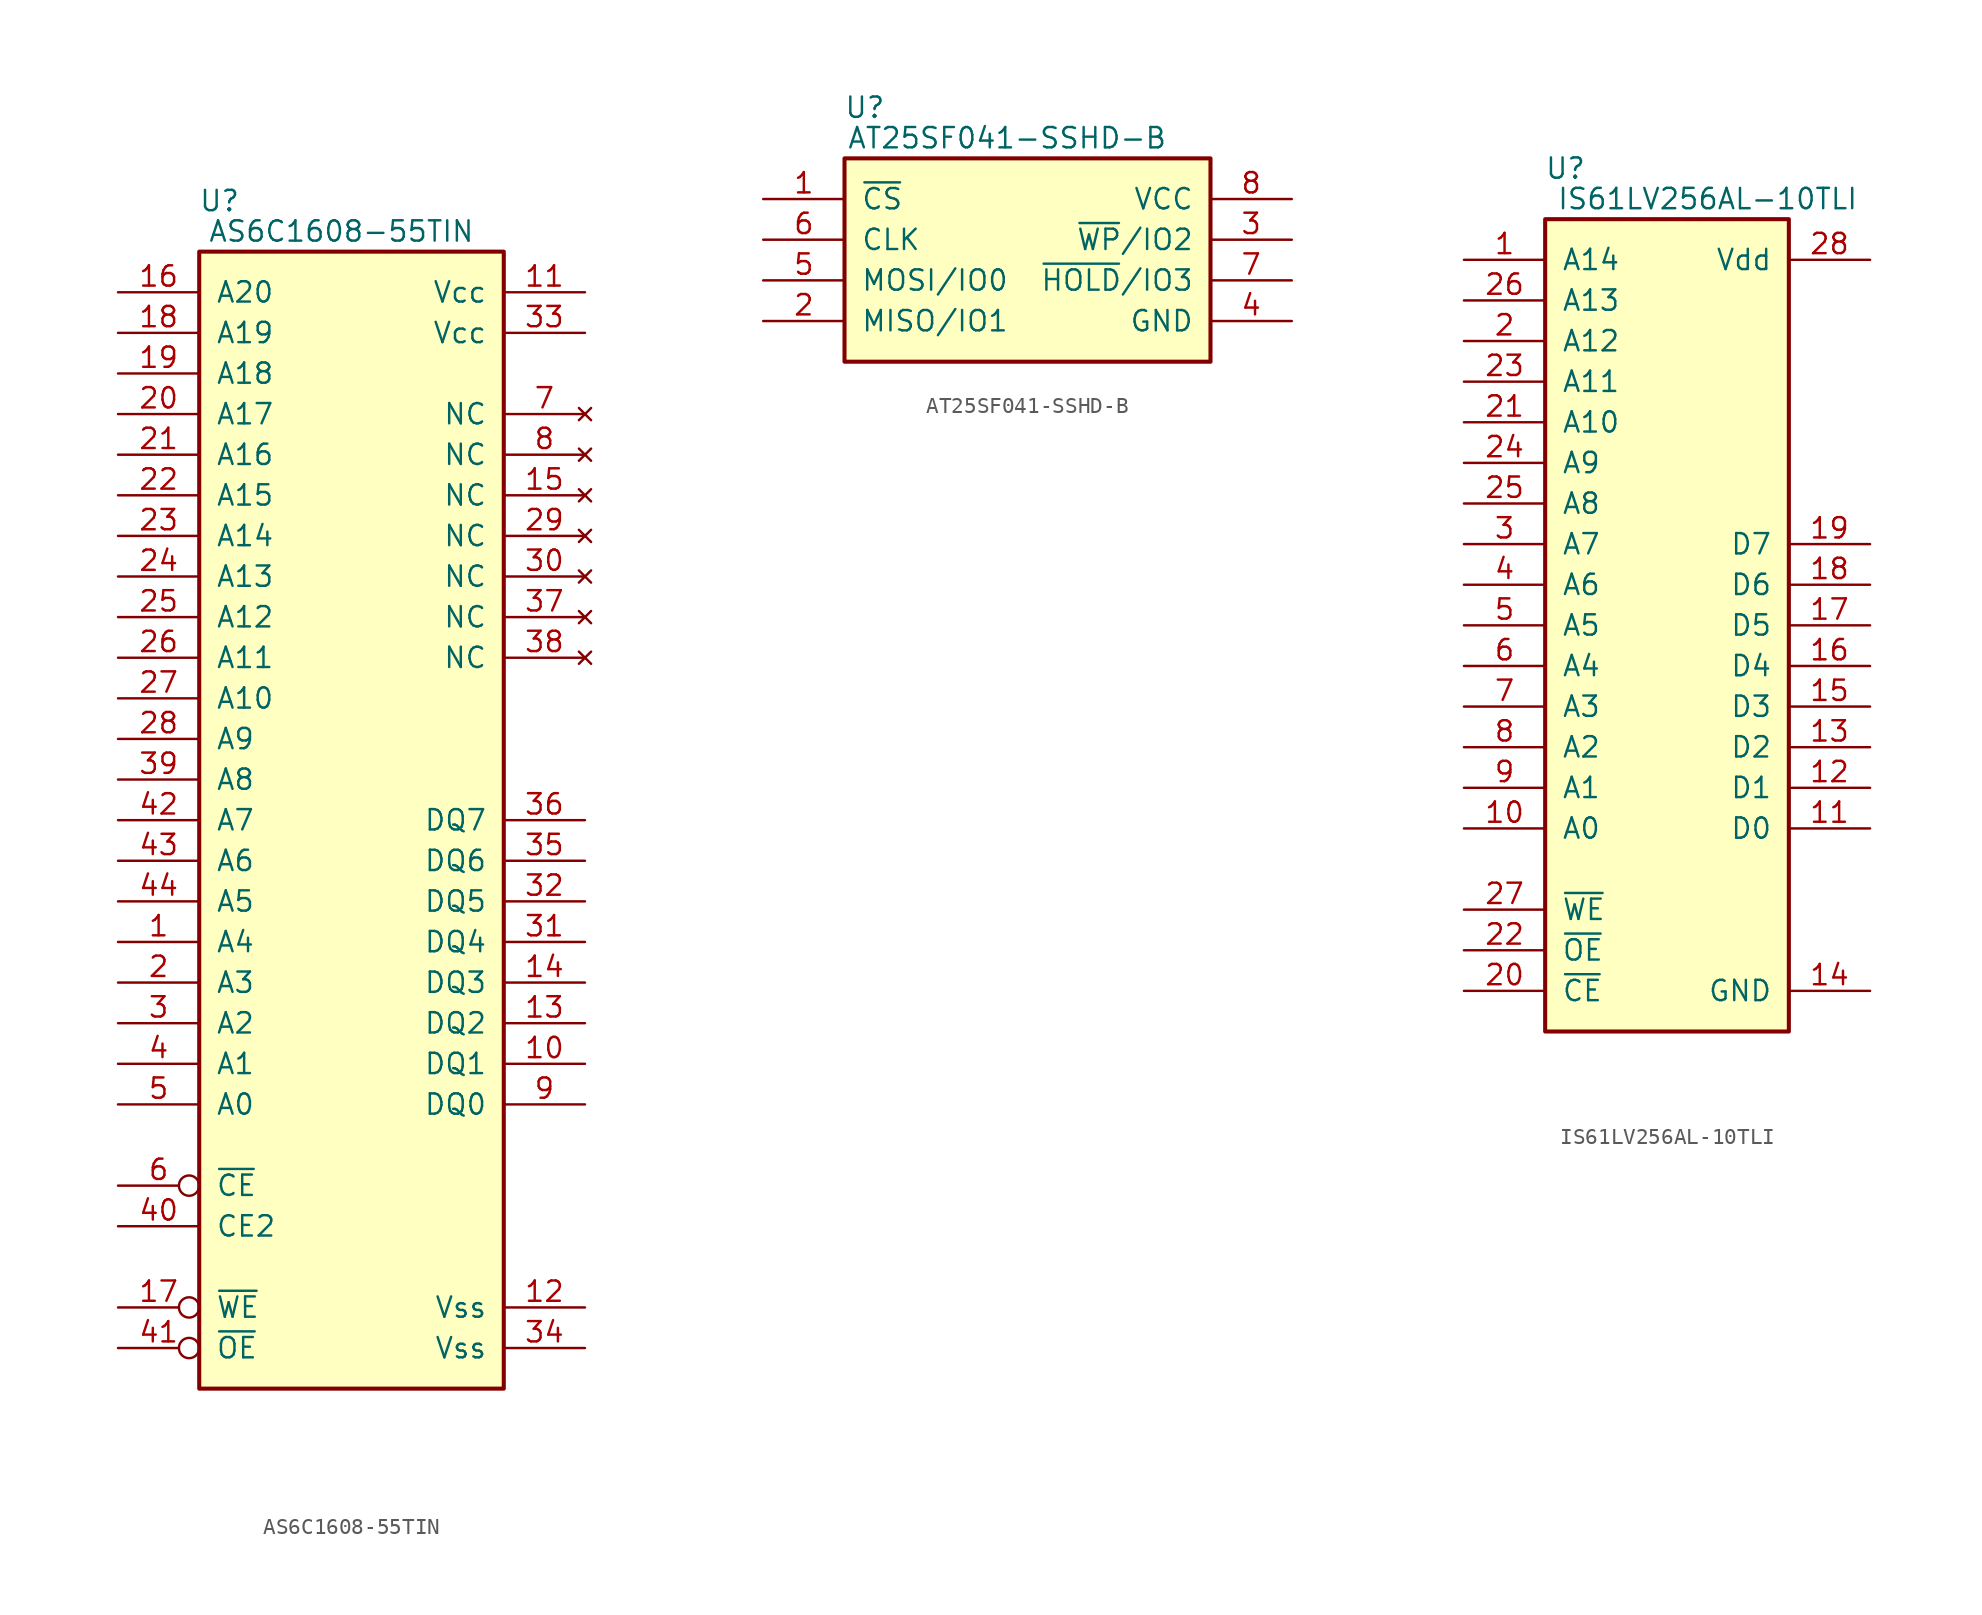
<source format=kicad_sym>
(kicad_symbol_lib
  (version 20211014)
  (generator kicad_symbol_editor)
  (symbol "AS6C1608-55TIN"
    (pin_names
      (offset 1.016))
    (property "Reference" "U"
      (at 1.27 3.175 0)
      (effects (font (size 1.27 1.27))))
    (property "Value" "AS6C1608-55TIN"
      (at 8.89 1.27 0)
      (effects (font (size 1.27 1.27))))
    (symbol "AS6C1608-55TIN_0_0"
      (pin power_in line (at 24.13 -2.54 180) (length 5.08) (name "Vcc" (effects (font (size 1.27 1.27)))) (number "11" (effects (font (size 1.27 1.27))))))
    (symbol "AS6C1608-55TIN_0_1"
      (rectangle (start 19.05 -71.12) (end 0 0) (stroke (width 0.254) (type default) (color 0 0 0 0)) (fill (type background))))
    (symbol "AS6C1608-55TIN_1_0"
      (pin power_in line (at 24.13 -66.04 180) (length 5.08) (name "Vss" (effects (font (size 1.27 1.27)))) (number "12" (effects (font (size 1.27 1.27)))))
      (pin power_in line (at 24.13 -68.58 180) (length 5.08) (name "Vss" (effects (font (size 1.27 1.27)))) (number "34" (effects (font (size 1.27 1.27))))))
    (symbol "AS6C1608-55TIN_1_1"
      (pin input line (at -5.08 -43.18 0) (length 5.08) (name "A4" (effects (font (size 1.27 1.27)))) (number "1" (effects (font (size 1.27 1.27)))))
      (pin tri_state line (at 24.13 -50.8 180) (length 5.08) (name "DQ1" (effects (font (size 1.27 1.27)))) (number "10" (effects (font (size 1.27 1.27)))))
      (pin tri_state line (at 24.13 -48.26 180) (length 5.08) (name "DQ2" (effects (font (size 1.27 1.27)))) (number "13" (effects (font (size 1.27 1.27)))))
      (pin tri_state line (at 24.13 -45.72 180) (length 5.08) (name "DQ3" (effects (font (size 1.27 1.27)))) (number "14" (effects (font (size 1.27 1.27)))))
      (pin no_connect line (at 24.13 -15.24 180) (length 5.08) (name "NC" (effects (font (size 1.27 1.27)))) (number "15" (effects (font (size 1.27 1.27)))))
      (pin input line (at -5.08 -2.54 0) (length 5.08) (name "A20" (effects (font (size 1.27 1.27)))) (number "16" (effects (font (size 1.27 1.27)))))
      (pin input inverted (at -5.08 -66.04 0) (length 5.08) (name "~{WE}" (effects (font (size 1.27 1.27)))) (number "17" (effects (font (size 1.27 1.27)))))
      (pin input line (at -5.08 -5.08 0) (length 5.08) (name "A19" (effects (font (size 1.27 1.27)))) (number "18" (effects (font (size 1.27 1.27)))))
      (pin input line (at -5.08 -7.62 0) (length 5.08) (name "A18" (effects (font (size 1.27 1.27)))) (number "19" (effects (font (size 1.27 1.27)))))
      (pin input line (at -5.08 -45.72 0) (length 5.08) (name "A3" (effects (font (size 1.27 1.27)))) (number "2" (effects (font (size 1.27 1.27)))))
      (pin input line (at -5.08 -10.16 0) (length 5.08) (name "A17" (effects (font (size 1.27 1.27)))) (number "20" (effects (font (size 1.27 1.27)))))
      (pin input line (at -5.08 -12.7 0) (length 5.08) (name "A16" (effects (font (size 1.27 1.27)))) (number "21" (effects (font (size 1.27 1.27)))))
      (pin input line (at -5.08 -15.24 0) (length 5.08) (name "A15" (effects (font (size 1.27 1.27)))) (number "22" (effects (font (size 1.27 1.27)))))
      (pin input line (at -5.08 -17.78 0) (length 5.08) (name "A14" (effects (font (size 1.27 1.27)))) (number "23" (effects (font (size 1.27 1.27)))))
      (pin input line (at -5.08 -20.32 0) (length 5.08) (name "A13" (effects (font (size 1.27 1.27)))) (number "24" (effects (font (size 1.27 1.27)))))
      (pin input line (at -5.08 -22.86 0) (length 5.08) (name "A12" (effects (font (size 1.27 1.27)))) (number "25" (effects (font (size 1.27 1.27)))))
      (pin input line (at -5.08 -25.4 0) (length 5.08) (name "A11" (effects (font (size 1.27 1.27)))) (number "26" (effects (font (size 1.27 1.27)))))
      (pin input line (at -5.08 -27.94 0) (length 5.08) (name "A10" (effects (font (size 1.27 1.27)))) (number "27" (effects (font (size 1.27 1.27)))))
      (pin input line (at -5.08 -30.48 0) (length 5.08) (name "A9" (effects (font (size 1.27 1.27)))) (number "28" (effects (font (size 1.27 1.27)))))
      (pin no_connect line (at 24.13 -17.78 180) (length 5.08) (name "NC" (effects (font (size 1.27 1.27)))) (number "29" (effects (font (size 1.27 1.27)))))
      (pin input line (at -5.08 -48.26 0) (length 5.08) (name "A2" (effects (font (size 1.27 1.27)))) (number "3" (effects (font (size 1.27 1.27)))))
      (pin no_connect line (at 24.13 -20.32 180) (length 5.08) (name "NC" (effects (font (size 1.27 1.27)))) (number "30" (effects (font (size 1.27 1.27)))))
      (pin tri_state line (at 24.13 -43.18 180) (length 5.08) (name "DQ4" (effects (font (size 1.27 1.27)))) (number "31" (effects (font (size 1.27 1.27)))))
      (pin tri_state line (at 24.13 -40.64 180) (length 5.08) (name "DQ5" (effects (font (size 1.27 1.27)))) (number "32" (effects (font (size 1.27 1.27)))))
      (pin power_in line (at 24.13 -5.08 180) (length 5.08) (name "Vcc" (effects (font (size 1.27 1.27)))) (number "33" (effects (font (size 1.27 1.27)))))
      (pin tri_state line (at 24.13 -38.1 180) (length 5.08) (name "DQ6" (effects (font (size 1.27 1.27)))) (number "35" (effects (font (size 1.27 1.27)))))
      (pin tri_state line (at 24.13 -35.56 180) (length 5.08) (name "DQ7" (effects (font (size 1.27 1.27)))) (number "36" (effects (font (size 1.27 1.27)))))
      (pin no_connect line (at 24.13 -22.86 180) (length 5.08) (name "NC" (effects (font (size 1.27 1.27)))) (number "37" (effects (font (size 1.27 1.27)))))
      (pin no_connect line (at 24.13 -25.4 180) (length 5.08) (name "NC" (effects (font (size 1.27 1.27)))) (number "38" (effects (font (size 1.27 1.27)))))
      (pin input line (at -5.08 -33.02 0) (length 5.08) (name "A8" (effects (font (size 1.27 1.27)))) (number "39" (effects (font (size 1.27 1.27)))))
      (pin input line (at -5.08 -50.8 0) (length 5.08) (name "A1" (effects (font (size 1.27 1.27)))) (number "4" (effects (font (size 1.27 1.27)))))
      (pin input line (at -5.08 -60.96 0) (length 5.08) (name "CE2" (effects (font (size 1.27 1.27)))) (number "40" (effects (font (size 1.27 1.27)))))
      (pin input inverted (at -5.08 -68.58 0) (length 5.08) (name "~{OE}" (effects (font (size 1.27 1.27)))) (number "41" (effects (font (size 1.27 1.27)))))
      (pin input line (at -5.08 -35.56 0) (length 5.08) (name "A7" (effects (font (size 1.27 1.27)))) (number "42" (effects (font (size 1.27 1.27)))))
      (pin input line (at -5.08 -38.1 0) (length 5.08) (name "A6" (effects (font (size 1.27 1.27)))) (number "43" (effects (font (size 1.27 1.27)))))
      (pin input line (at -5.08 -40.64 0) (length 5.08) (name "A5" (effects (font (size 1.27 1.27)))) (number "44" (effects (font (size 1.27 1.27)))))
      (pin input line (at -5.08 -53.34 0) (length 5.08) (name "A0" (effects (font (size 1.27 1.27)))) (number "5" (effects (font (size 1.27 1.27)))))
      (pin input inverted (at -5.08 -58.42 0) (length 5.08) (name "~{CE}" (effects (font (size 1.27 1.27)))) (number "6" (effects (font (size 1.27 1.27)))))
      (pin no_connect line (at 24.13 -10.16 180) (length 5.08) (name "NC" (effects (font (size 1.27 1.27)))) (number "7" (effects (font (size 1.27 1.27)))))
      (pin no_connect line (at 24.13 -12.7 180) (length 5.08) (name "NC" (effects (font (size 1.27 1.27)))) (number "8" (effects (font (size 1.27 1.27)))))
      (pin tri_state line (at 24.13 -53.34 180) (length 5.08) (name "DQ0" (effects (font (size 1.27 1.27)))) (number "9" (effects (font (size 1.27 1.27)))))))
  (symbol "AT25SF041-SSHD-B"
    (pin_names
      (offset 1.016))
    (property "Reference" "U"
      (at 1.27 3.175 0)
      (effects (font (size 1.27 1.27))))
    (property "Value" "AT25SF041-SSHD-B"
      (at 10.16 1.27 0)
      (effects (font (size 1.27 1.27))))
    (symbol "AT25SF041-SSHD-B_0_0"
      (pin passive line (at 27.94 -2.54 180) (length 5.08) (name "VCC" (effects (font (size 1.27 1.27)))) (number "8" (effects (font (size 1.27 1.27))))))
    (symbol "AT25SF041-SSHD-B_0_1"
      (rectangle (start 0 0) (end 22.86 -12.7) (stroke (width 0.254) (type default) (color 0 0 0 0)) (fill (type background))))
    (symbol "AT25SF041-SSHD-B_1_0"
      (pin power_in line (at 27.94 -10.16 180) (length 5.08) (name "GND" (effects (font (size 1.27 1.27)))) (number "4" (effects (font (size 1.27 1.27))))))
    (symbol "AT25SF041-SSHD-B_1_1"
      (pin input line (at -5.08 -2.54 0) (length 5.08) (name "~{CS}" (effects (font (size 1.27 1.27)))) (number "1" (effects (font (size 1.27 1.27)))))
      (pin input line (at -5.08 -10.16 0) (length 5.08) (name "MISO/IO1" (effects (font (size 1.27 1.27)))) (number "2" (effects (font (size 1.27 1.27)))))
      (pin input line (at 27.94 -5.08 180) (length 5.08) (name "~{WP}/IO2" (effects (font (size 1.27 1.27)))) (number "3" (effects (font (size 1.27 1.27)))))
      (pin input line (at -5.08 -7.62 0) (length 5.08) (name "MOSI/IO0" (effects (font (size 1.27 1.27)))) (number "5" (effects (font (size 1.27 1.27)))))
      (pin input line (at -5.08 -5.08 0) (length 5.08) (name "CLK" (effects (font (size 1.27 1.27)))) (number "6" (effects (font (size 1.27 1.27)))))
      (pin passive line (at 27.94 -7.62 180) (length 5.08) (name "~{HOLD}/IO3" (effects (font (size 1.27 1.27)))) (number "7" (effects (font (size 1.27 1.27)))))))
  (symbol "IS61LV256AL-10TLI"
    (pin_names
      (offset 1.016))
    (property "Reference" "U"
      (at 1.27 3.175 0)
      (effects (font (size 1.27 1.27))))
    (property "Value" "IS61LV256AL-10TLI"
      (at 10.16 1.27 0)
      (effects (font (size 1.27 1.27))))
    (symbol "IS61LV256AL-10TLI_0_0"
      (pin power_in line (at 20.32 -2.54 180) (length 5.08) (name "Vdd" (effects (font (size 1.27 1.27)))) (number "28" (effects (font (size 1.27 1.27))))))
    (symbol "IS61LV256AL-10TLI_0_1"
      (rectangle (start 0 0) (end 15.24 -50.8) (stroke (width 0.254) (type default) (color 0 0 0 0)) (fill (type background))))
    (symbol "IS61LV256AL-10TLI_1_0"
      (pin power_in line (at 20.32 -48.26 180) (length 5.08) (name "GND" (effects (font (size 1.27 1.27)))) (number "14" (effects (font (size 1.27 1.27))))))
    (symbol "IS61LV256AL-10TLI_1_1"
      (pin input line (at -5.08 -2.54 0) (length 5.08) (name "A14" (effects (font (size 1.27 1.27)))) (number "1" (effects (font (size 1.27 1.27)))))
      (pin input line (at -5.08 -38.1 0) (length 5.08) (name "A0" (effects (font (size 1.27 1.27)))) (number "10" (effects (font (size 1.27 1.27)))))
      (pin tri_state line (at 20.32 -38.1 180) (length 5.08) (name "D0" (effects (font (size 1.27 1.27)))) (number "11" (effects (font (size 1.27 1.27)))))
      (pin tri_state line (at 20.32 -35.56 180) (length 5.08) (name "D1" (effects (font (size 1.27 1.27)))) (number "12" (effects (font (size 1.27 1.27)))))
      (pin tri_state line (at 20.32 -33.02 180) (length 5.08) (name "D2" (effects (font (size 1.27 1.27)))) (number "13" (effects (font (size 1.27 1.27)))))
      (pin tri_state line (at 20.32 -30.48 180) (length 5.08) (name "D3" (effects (font (size 1.27 1.27)))) (number "15" (effects (font (size 1.27 1.27)))))
      (pin tri_state line (at 20.32 -27.94 180) (length 5.08) (name "D4" (effects (font (size 1.27 1.27)))) (number "16" (effects (font (size 1.27 1.27)))))
      (pin tri_state line (at 20.32 -25.4 180) (length 5.08) (name "D5" (effects (font (size 1.27 1.27)))) (number "17" (effects (font (size 1.27 1.27)))))
      (pin tri_state line (at 20.32 -22.86 180) (length 5.08) (name "D6" (effects (font (size 1.27 1.27)))) (number "18" (effects (font (size 1.27 1.27)))))
      (pin tri_state line (at 20.32 -20.32 180) (length 5.08) (name "D7" (effects (font (size 1.27 1.27)))) (number "19" (effects (font (size 1.27 1.27)))))
      (pin input line (at -5.08 -7.62 0) (length 5.08) (name "A12" (effects (font (size 1.27 1.27)))) (number "2" (effects (font (size 1.27 1.27)))))
      (pin input line (at -5.08 -48.26 0) (length 5.08) (name "~{CE}" (effects (font (size 1.27 1.27)))) (number "20" (effects (font (size 1.27 1.27)))))
      (pin input line (at -5.08 -12.7 0) (length 5.08) (name "A10" (effects (font (size 1.27 1.27)))) (number "21" (effects (font (size 1.27 1.27)))))
      (pin input line (at -5.08 -45.72 0) (length 5.08) (name "~{OE}" (effects (font (size 1.27 1.27)))) (number "22" (effects (font (size 1.27 1.27)))))
      (pin input line (at -5.08 -10.16 0) (length 5.08) (name "A11" (effects (font (size 1.27 1.27)))) (number "23" (effects (font (size 1.27 1.27)))))
      (pin input line (at -5.08 -15.24 0) (length 5.08) (name "A9" (effects (font (size 1.27 1.27)))) (number "24" (effects (font (size 1.27 1.27)))))
      (pin input line (at -5.08 -17.78 0) (length 5.08) (name "A8" (effects (font (size 1.27 1.27)))) (number "25" (effects (font (size 1.27 1.27)))))
      (pin input line (at -5.08 -5.08 0) (length 5.08) (name "A13" (effects (font (size 1.27 1.27)))) (number "26" (effects (font (size 1.27 1.27)))))
      (pin input line (at -5.08 -43.18 0) (length 5.08) (name "~{WE}" (effects (font (size 1.27 1.27)))) (number "27" (effects (font (size 1.27 1.27)))))
      (pin input line (at -5.08 -20.32 0) (length 5.08) (name "A7" (effects (font (size 1.27 1.27)))) (number "3" (effects (font (size 1.27 1.27)))))
      (pin input line (at -5.08 -22.86 0) (length 5.08) (name "A6" (effects (font (size 1.27 1.27)))) (number "4" (effects (font (size 1.27 1.27)))))
      (pin input line (at -5.08 -25.4 0) (length 5.08) (name "A5" (effects (font (size 1.27 1.27)))) (number "5" (effects (font (size 1.27 1.27)))))
      (pin input line (at -5.08 -27.94 0) (length 5.08) (name "A4" (effects (font (size 1.27 1.27)))) (number "6" (effects (font (size 1.27 1.27)))))
      (pin input line (at -5.08 -30.48 0) (length 5.08) (name "A3" (effects (font (size 1.27 1.27)))) (number "7" (effects (font (size 1.27 1.27)))))
      (pin input line (at -5.08 -33.02 0) (length 5.08) (name "A2" (effects (font (size 1.27 1.27)))) (number "8" (effects (font (size 1.27 1.27)))))
      (pin input line (at -5.08 -35.56 0) (length 5.08) (name "A1" (effects (font (size 1.27 1.27)))) (number "9" (effects (font (size 1.27 1.27))))))))
</source>
